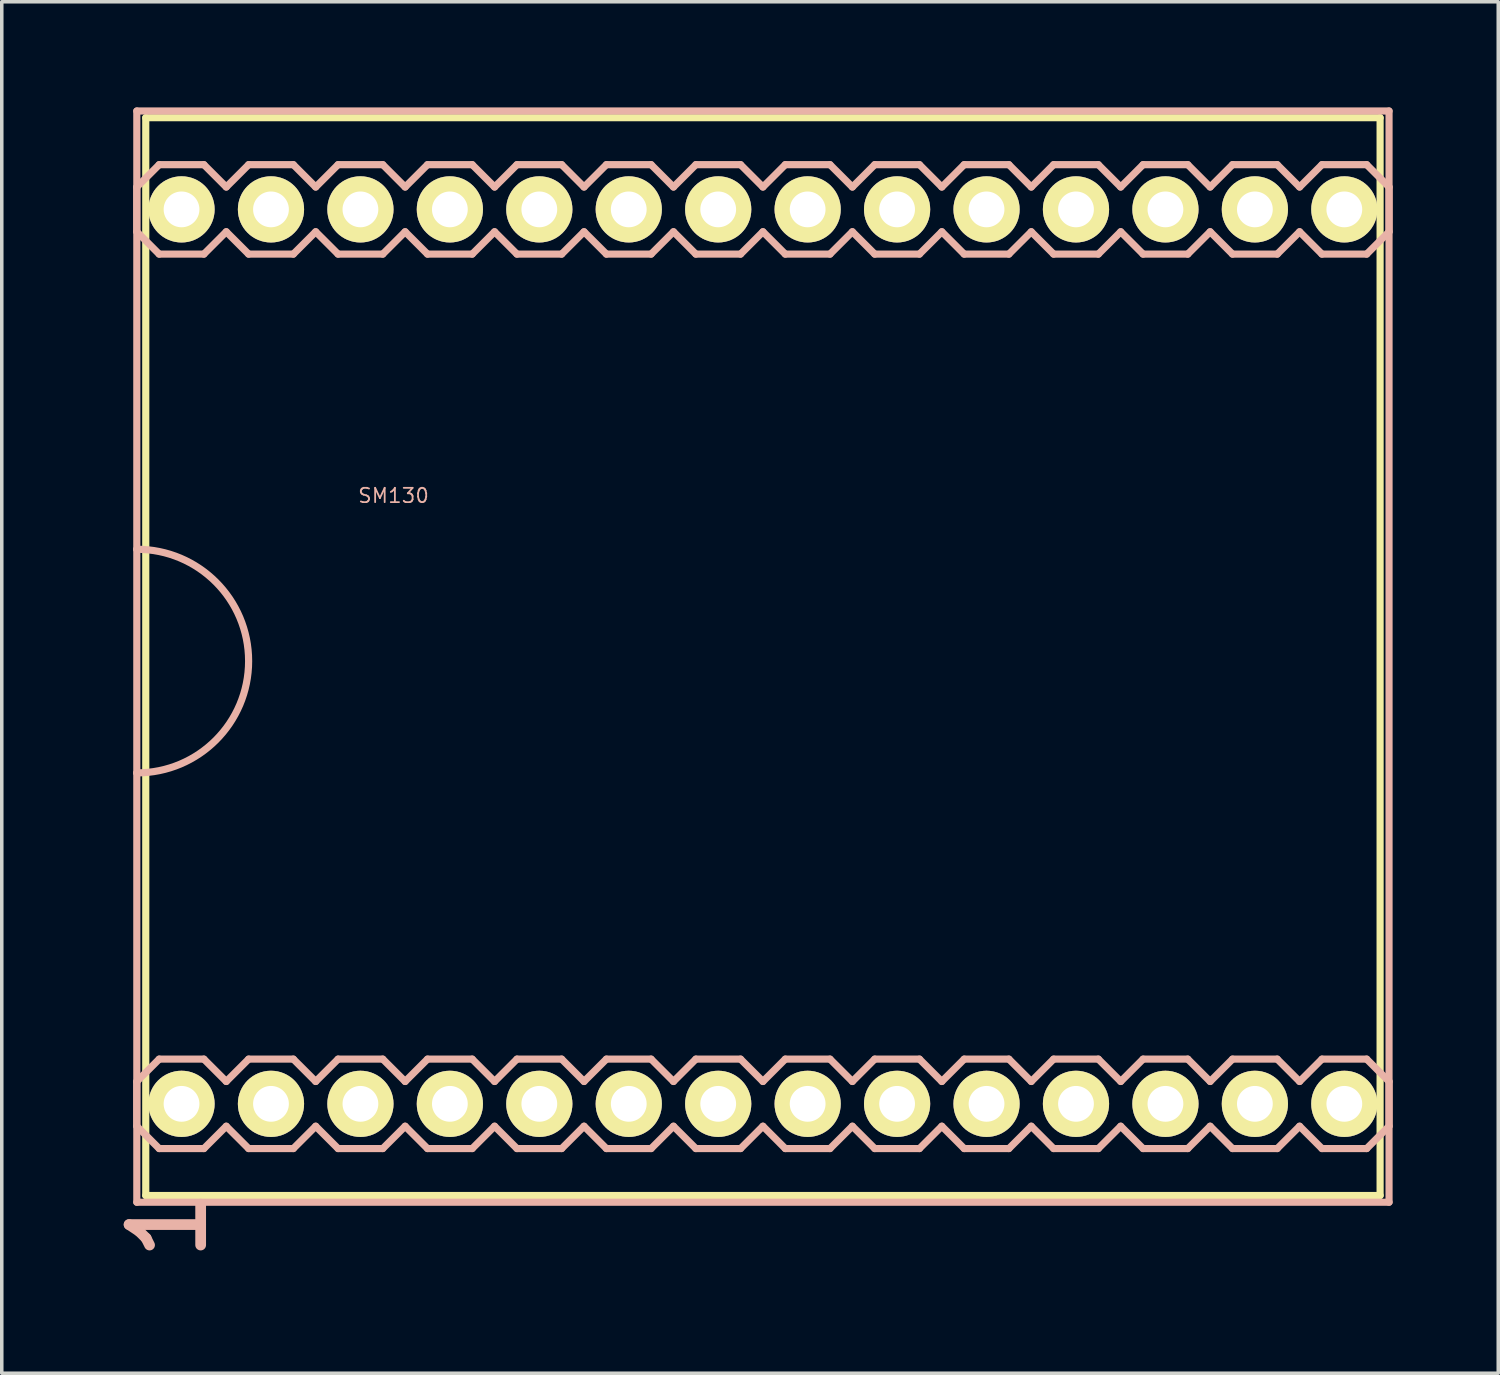
<source format=kicad_pcb>
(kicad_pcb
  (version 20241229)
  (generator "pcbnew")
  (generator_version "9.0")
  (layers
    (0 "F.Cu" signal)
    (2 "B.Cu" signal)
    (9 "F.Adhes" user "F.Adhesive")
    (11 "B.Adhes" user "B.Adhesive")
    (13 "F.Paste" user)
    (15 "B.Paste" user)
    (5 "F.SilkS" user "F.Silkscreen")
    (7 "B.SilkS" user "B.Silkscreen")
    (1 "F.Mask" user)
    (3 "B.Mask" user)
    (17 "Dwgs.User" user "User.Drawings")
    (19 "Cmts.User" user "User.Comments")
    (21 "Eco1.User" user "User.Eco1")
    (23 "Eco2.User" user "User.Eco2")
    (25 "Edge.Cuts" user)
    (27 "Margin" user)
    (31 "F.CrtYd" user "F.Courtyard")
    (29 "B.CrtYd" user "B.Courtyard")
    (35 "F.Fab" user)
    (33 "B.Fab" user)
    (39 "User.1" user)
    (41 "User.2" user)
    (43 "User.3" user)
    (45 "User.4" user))
  (footprint "SM130"
    (layer "F.Cu")
    (at 19.885 15.596)
    (property "Reference" "SM130" (at -11.76 -4.572 0) (layer "B.SilkS") (effects (font (size 0.406 0.406) (thickness 0.051))))
    (attr exclude_from_pos_files exclude_from_bom)
    (fp_line (start -18.796 -15.303) (end -18.796 15.303) (stroke (width 0.203) (type solid)) (layer "F.SilkS"))
    (fp_line (start -18.796 15.303) (end 16.256 15.303) (stroke (width 0.203) (type solid)) (layer "F.SilkS"))
    (fp_line (start -18.034 -12.954) (end -17.523 -12.954) (stroke (width 0.066) (type solid)) (layer "F.SilkS"))
    (fp_line (start -18.034 -12.446) (end -18.034 -12.954) (stroke (width 0.066) (type solid)) (layer "F.SilkS"))
    (fp_line (start -18.034 -12.446) (end -17.523 -12.446) (stroke (width 0.066) (type solid)) (layer "F.SilkS"))
    (fp_line (start -18.034 12.446) (end -17.523 12.446) (stroke (width 0.066) (type solid)) (layer "F.SilkS"))
    (fp_line (start -18.034 12.954) (end -18.034 12.446) (stroke (width 0.066) (type solid)) (layer "F.SilkS"))
    (fp_line (start -18.034 12.954) (end -17.523 12.954) (stroke (width 0.066) (type solid)) (layer "F.SilkS"))
    (fp_line (start -17.523 -12.446) (end -17.523 -12.954) (stroke (width 0.066) (type solid)) (layer "F.SilkS"))
    (fp_line (start -17.523 12.954) (end -17.523 12.446) (stroke (width 0.066) (type solid)) (layer "F.SilkS"))
    (fp_line (start -15.494 -12.954) (end -14.986 -12.954) (stroke (width 0.066) (type solid)) (layer "F.SilkS"))
    (fp_line (start -15.494 -12.446) (end -15.494 -12.954) (stroke (width 0.066) (type solid)) (layer "F.SilkS"))
    (fp_line (start -15.494 -12.446) (end -14.986 -12.446) (stroke (width 0.066) (type solid)) (layer "F.SilkS"))
    (fp_line (start -15.494 12.446) (end -14.986 12.446) (stroke (width 0.066) (type solid)) (layer "F.SilkS"))
    (fp_line (start -15.494 12.954) (end -15.494 12.446) (stroke (width 0.066) (type solid)) (layer "F.SilkS"))
    (fp_line (start -15.494 12.954) (end -14.986 12.954) (stroke (width 0.066) (type solid)) (layer "F.SilkS"))
    (fp_line (start -14.986 -12.446) (end -14.986 -12.954) (stroke (width 0.066) (type solid)) (layer "F.SilkS"))
    (fp_line (start -14.986 12.954) (end -14.986 12.446) (stroke (width 0.066) (type solid)) (layer "F.SilkS"))
    (fp_line (start -12.954 -12.954) (end -12.446 -12.954) (stroke (width 0.066) (type solid)) (layer "F.SilkS"))
    (fp_line (start -12.954 -12.446) (end -12.954 -12.954) (stroke (width 0.066) (type solid)) (layer "F.SilkS"))
    (fp_line (start -12.954 -12.446) (end -12.446 -12.446) (stroke (width 0.066) (type solid)) (layer "F.SilkS"))
    (fp_line (start -12.954 12.446) (end -12.446 12.446) (stroke (width 0.066) (type solid)) (layer "F.SilkS"))
    (fp_line (start -12.954 12.954) (end -12.954 12.446) (stroke (width 0.066) (type solid)) (layer "F.SilkS"))
    (fp_line (start -12.954 12.954) (end -12.446 12.954) (stroke (width 0.066) (type solid)) (layer "F.SilkS"))
    (fp_line (start -12.446 -12.446) (end -12.446 -12.954) (stroke (width 0.066) (type solid)) (layer "F.SilkS"))
    (fp_line (start -12.446 12.954) (end -12.446 12.446) (stroke (width 0.066) (type solid)) (layer "F.SilkS"))
    (fp_line (start -10.414 -12.954) (end -9.906 -12.954) (stroke (width 0.066) (type solid)) (layer "F.SilkS"))
    (fp_line (start -10.414 -12.446) (end -10.414 -12.954) (stroke (width 0.066) (type solid)) (layer "F.SilkS"))
    (fp_line (start -10.414 -12.446) (end -9.906 -12.446) (stroke (width 0.066) (type solid)) (layer "F.SilkS"))
    (fp_line (start -10.414 12.446) (end -9.906 12.446) (stroke (width 0.066) (type solid)) (layer "F.SilkS"))
    (fp_line (start -10.414 12.954) (end -10.414 12.446) (stroke (width 0.066) (type solid)) (layer "F.SilkS"))
    (fp_line (start -10.414 12.954) (end -9.906 12.954) (stroke (width 0.066) (type solid)) (layer "F.SilkS"))
    (fp_line (start -9.906 -12.446) (end -9.906 -12.954) (stroke (width 0.066) (type solid)) (layer "F.SilkS"))
    (fp_line (start -9.906 12.954) (end -9.906 12.446) (stroke (width 0.066) (type solid)) (layer "F.SilkS"))
    (fp_line (start -7.874 -12.954) (end -7.366 -12.954) (stroke (width 0.066) (type solid)) (layer "F.SilkS"))
    (fp_line (start -7.874 -12.446) (end -7.874 -12.954) (stroke (width 0.066) (type solid)) (layer "F.SilkS"))
    (fp_line (start -7.874 -12.446) (end -7.366 -12.446) (stroke (width 0.066) (type solid)) (layer "F.SilkS"))
    (fp_line (start -7.874 12.446) (end -7.366 12.446) (stroke (width 0.066) (type solid)) (layer "F.SilkS"))
    (fp_line (start -7.874 12.954) (end -7.874 12.446) (stroke (width 0.066) (type solid)) (layer "F.SilkS"))
    (fp_line (start -7.874 12.954) (end -7.366 12.954) (stroke (width 0.066) (type solid)) (layer "F.SilkS"))
    (fp_line (start -7.366 -12.446) (end -7.366 -12.954) (stroke (width 0.066) (type solid)) (layer "F.SilkS"))
    (fp_line (start -7.366 12.954) (end -7.366 12.446) (stroke (width 0.066) (type solid)) (layer "F.SilkS"))
    (fp_line (start -5.334 -12.954) (end -4.826 -12.954) (stroke (width 0.066) (type solid)) (layer "F.SilkS"))
    (fp_line (start -5.334 -12.446) (end -5.334 -12.954) (stroke (width 0.066) (type solid)) (layer "F.SilkS"))
    (fp_line (start -5.334 -12.446) (end -4.826 -12.446) (stroke (width 0.066) (type solid)) (layer "F.SilkS"))
    (fp_line (start -5.334 12.446) (end -4.826 12.446) (stroke (width 0.066) (type solid)) (layer "F.SilkS"))
    (fp_line (start -5.334 12.954) (end -5.334 12.446) (stroke (width 0.066) (type solid)) (layer "F.SilkS"))
    (fp_line (start -5.334 12.954) (end -4.826 12.954) (stroke (width 0.066) (type solid)) (layer "F.SilkS"))
    (fp_line (start -4.826 -12.446) (end -4.826 -12.954) (stroke (width 0.066) (type solid)) (layer "F.SilkS"))
    (fp_line (start -4.826 12.954) (end -4.826 12.446) (stroke (width 0.066) (type solid)) (layer "F.SilkS"))
    (fp_line (start -2.794 -12.954) (end -2.286 -12.954) (stroke (width 0.066) (type solid)) (layer "F.SilkS"))
    (fp_line (start -2.794 -12.446) (end -2.794 -12.954) (stroke (width 0.066) (type solid)) (layer "F.SilkS"))
    (fp_line (start -2.794 -12.446) (end -2.286 -12.446) (stroke (width 0.066) (type solid)) (layer "F.SilkS"))
    (fp_line (start -2.794 12.446) (end -2.286 12.446) (stroke (width 0.066) (type solid)) (layer "F.SilkS"))
    (fp_line (start -2.794 12.954) (end -2.794 12.446) (stroke (width 0.066) (type solid)) (layer "F.SilkS"))
    (fp_line (start -2.794 12.954) (end -2.286 12.954) (stroke (width 0.066) (type solid)) (layer "F.SilkS"))
    (fp_line (start -2.286 -12.446) (end -2.286 -12.954) (stroke (width 0.066) (type solid)) (layer "F.SilkS"))
    (fp_line (start -2.286 12.954) (end -2.286 12.446) (stroke (width 0.066) (type solid)) (layer "F.SilkS"))
    (fp_line (start -0.254 -12.954) (end 0.254 -12.954) (stroke (width 0.066) (type solid)) (layer "F.SilkS"))
    (fp_line (start -0.254 -12.446) (end -0.254 -12.954) (stroke (width 0.066) (type solid)) (layer "F.SilkS"))
    (fp_line (start -0.254 -12.446) (end 0.254 -12.446) (stroke (width 0.066) (type solid)) (layer "F.SilkS"))
    (fp_line (start -0.254 12.446) (end 0.254 12.446) (stroke (width 0.066) (type solid)) (layer "F.SilkS"))
    (fp_line (start -0.254 12.954) (end -0.254 12.446) (stroke (width 0.066) (type solid)) (layer "F.SilkS"))
    (fp_line (start -0.254 12.954) (end 0.254 12.954) (stroke (width 0.066) (type solid)) (layer "F.SilkS"))
    (fp_line (start 0.254 -12.446) (end 0.254 -12.954) (stroke (width 0.066) (type solid)) (layer "F.SilkS"))
    (fp_line (start 0.254 12.954) (end 0.254 12.446) (stroke (width 0.066) (type solid)) (layer "F.SilkS"))
    (fp_line (start 2.286 -12.954) (end 2.794 -12.954) (stroke (width 0.066) (type solid)) (layer "F.SilkS"))
    (fp_line (start 2.286 -12.446) (end 2.286 -12.954) (stroke (width 0.066) (type solid)) (layer "F.SilkS"))
    (fp_line (start 2.286 -12.446) (end 2.794 -12.446) (stroke (width 0.066) (type solid)) (layer "F.SilkS"))
    (fp_line (start 2.286 12.446) (end 2.794 12.446) (stroke (width 0.066) (type solid)) (layer "F.SilkS"))
    (fp_line (start 2.286 12.954) (end 2.286 12.446) (stroke (width 0.066) (type solid)) (layer "F.SilkS"))
    (fp_line (start 2.286 12.954) (end 2.794 12.954) (stroke (width 0.066) (type solid)) (layer "F.SilkS"))
    (fp_line (start 2.794 -12.446) (end 2.794 -12.954) (stroke (width 0.066) (type solid)) (layer "F.SilkS"))
    (fp_line (start 2.794 12.954) (end 2.794 12.446) (stroke (width 0.066) (type solid)) (layer "F.SilkS"))
    (fp_line (start 4.826 -12.954) (end 5.334 -12.954) (stroke (width 0.066) (type solid)) (layer "F.SilkS"))
    (fp_line (start 4.826 -12.446) (end 4.826 -12.954) (stroke (width 0.066) (type solid)) (layer "F.SilkS"))
    (fp_line (start 4.826 -12.446) (end 5.334 -12.446) (stroke (width 0.066) (type solid)) (layer "F.SilkS"))
    (fp_line (start 4.826 12.446) (end 5.334 12.446) (stroke (width 0.066) (type solid)) (layer "F.SilkS"))
    (fp_line (start 4.826 12.954) (end 4.826 12.446) (stroke (width 0.066) (type solid)) (layer "F.SilkS"))
    (fp_line (start 4.826 12.954) (end 5.334 12.954) (stroke (width 0.066) (type solid)) (layer "F.SilkS"))
    (fp_line (start 5.334 -12.446) (end 5.334 -12.954) (stroke (width 0.066) (type solid)) (layer "F.SilkS"))
    (fp_line (start 5.334 12.954) (end 5.334 12.446) (stroke (width 0.066) (type solid)) (layer "F.SilkS"))
    (fp_line (start 7.366 -12.954) (end 7.874 -12.954) (stroke (width 0.066) (type solid)) (layer "F.SilkS"))
    (fp_line (start 7.366 -12.446) (end 7.366 -12.954) (stroke (width 0.066) (type solid)) (layer "F.SilkS"))
    (fp_line (start 7.366 -12.446) (end 7.874 -12.446) (stroke (width 0.066) (type solid)) (layer "F.SilkS"))
    (fp_line (start 7.366 12.446) (end 7.874 12.446) (stroke (width 0.066) (type solid)) (layer "F.SilkS"))
    (fp_line (start 7.366 12.954) (end 7.366 12.446) (stroke (width 0.066) (type solid)) (layer "F.SilkS"))
    (fp_line (start 7.366 12.954) (end 7.874 12.954) (stroke (width 0.066) (type solid)) (layer "F.SilkS"))
    (fp_line (start 7.874 -12.446) (end 7.874 -12.954) (stroke (width 0.066) (type solid)) (layer "F.SilkS"))
    (fp_line (start 7.874 12.954) (end 7.874 12.446) (stroke (width 0.066) (type solid)) (layer "F.SilkS"))
    (fp_line (start 9.906 -12.954) (end 10.414 -12.954) (stroke (width 0.066) (type solid)) (layer "F.SilkS"))
    (fp_line (start 9.906 -12.446) (end 9.906 -12.954) (stroke (width 0.066) (type solid)) (layer "F.SilkS"))
    (fp_line (start 9.906 -12.446) (end 10.414 -12.446) (stroke (width 0.066) (type solid)) (layer "F.SilkS"))
    (fp_line (start 9.906 12.446) (end 10.414 12.446) (stroke (width 0.066) (type solid)) (layer "F.SilkS"))
    (fp_line (start 9.906 12.954) (end 9.906 12.446) (stroke (width 0.066) (type solid)) (layer "F.SilkS"))
    (fp_line (start 9.906 12.954) (end 10.414 12.954) (stroke (width 0.066) (type solid)) (layer "F.SilkS"))
    (fp_line (start 10.414 -12.446) (end 10.414 -12.954) (stroke (width 0.066) (type solid)) (layer "F.SilkS"))
    (fp_line (start 10.414 12.954) (end 10.414 12.446) (stroke (width 0.066) (type solid)) (layer "F.SilkS"))
    (fp_line (start 12.446 -12.954) (end 12.954 -12.954) (stroke (width 0.066) (type solid)) (layer "F.SilkS"))
    (fp_line (start 12.446 -12.446) (end 12.446 -12.954) (stroke (width 0.066) (type solid)) (layer "F.SilkS"))
    (fp_line (start 12.446 -12.446) (end 12.954 -12.446) (stroke (width 0.066) (type solid)) (layer "F.SilkS"))
    (fp_line (start 12.446 12.446) (end 12.954 12.446) (stroke (width 0.066) (type solid)) (layer "F.SilkS"))
    (fp_line (start 12.446 12.954) (end 12.446 12.446) (stroke (width 0.066) (type solid)) (layer "F.SilkS"))
    (fp_line (start 12.446 12.954) (end 12.954 12.954) (stroke (width 0.066) (type solid)) (layer "F.SilkS"))
    (fp_line (start 12.954 -12.446) (end 12.954 -12.954) (stroke (width 0.066) (type solid)) (layer "F.SilkS"))
    (fp_line (start 12.954 12.954) (end 12.954 12.446) (stroke (width 0.066) (type solid)) (layer "F.SilkS"))
    (fp_line (start 14.986 -12.954) (end 15.494 -12.954) (stroke (width 0.066) (type solid)) (layer "F.SilkS"))
    (fp_line (start 14.986 -12.446) (end 14.986 -12.954) (stroke (width 0.066) (type solid)) (layer "F.SilkS"))
    (fp_line (start 14.986 -12.446) (end 15.494 -12.446) (stroke (width 0.066) (type solid)) (layer "F.SilkS"))
    (fp_line (start 14.986 12.446) (end 15.494 12.446) (stroke (width 0.066) (type solid)) (layer "F.SilkS"))
    (fp_line (start 14.986 12.954) (end 14.986 12.446) (stroke (width 0.066) (type solid)) (layer "F.SilkS"))
    (fp_line (start 14.986 12.954) (end 15.494 12.954) (stroke (width 0.066) (type solid)) (layer "F.SilkS"))
    (fp_line (start 15.494 -12.446) (end 15.494 -12.954) (stroke (width 0.066) (type solid)) (layer "F.SilkS"))
    (fp_line (start 15.494 12.954) (end 15.494 12.446) (stroke (width 0.066) (type solid)) (layer "F.SilkS"))
    (fp_line (start 16.256 -15.303) (end -18.796 -15.303) (stroke (width 0.203) (type solid)) (layer "F.SilkS"))
    (fp_line (start 16.256 15.303) (end 16.256 -15.303) (stroke (width 0.203) (type solid)) (layer "F.SilkS"))
    (fp_line (start -19.05 -15.494) (end 16.51 -15.494) (stroke (width 0.203) (type solid)) (layer "B.SilkS"))
    (fp_line (start -19.05 -13.335) (end -18.415 -13.97) (stroke (width 0.203) (type solid)) (layer "B.SilkS"))
    (fp_line (start -19.05 -12.065) (end -19.05 -13.335) (stroke (width 0.203) (type solid)) (layer "B.SilkS"))
    (fp_line (start -19.05 -3.048) (end -19.05 -15.494) (stroke (width 0.203) (type solid)) (layer "B.SilkS"))
    (fp_line (start -19.05 3.302) (end -19.05 -3.048) (stroke (width 0.203) (type solid)) (layer "B.SilkS"))
    (fp_line (start -19.05 12.065) (end -19.05 13.335) (stroke (width 0.203) (type solid)) (layer "B.SilkS"))
    (fp_line (start -19.05 13.335) (end -18.415 13.97) (stroke (width 0.203) (type solid)) (layer "B.SilkS"))
    (fp_line (start -19.05 15.494) (end -19.05 3.302) (stroke (width 0.203) (type solid)) (layer "B.SilkS"))
    (fp_line (start -18.415 -13.97) (end -17.145 -13.97) (stroke (width 0.203) (type solid)) (layer "B.SilkS"))
    (fp_line (start -18.415 -11.43) (end -19.05 -12.065) (stroke (width 0.203) (type solid)) (layer "B.SilkS"))
    (fp_line (start -18.415 11.43) (end -19.05 12.065) (stroke (width 0.203) (type solid)) (layer "B.SilkS"))
    (fp_line (start -18.415 11.43) (end -17.145 11.43) (stroke (width 0.203) (type solid)) (layer "B.SilkS"))
    (fp_line (start -17.145 -11.43) (end -18.415 -11.43) (stroke (width 0.203) (type solid)) (layer "B.SilkS"))
    (fp_line (start -17.145 -11.43) (end -16.51 -12.065) (stroke (width 0.203) (type solid)) (layer "B.SilkS"))
    (fp_line (start -17.145 11.43) (end -16.51 12.065) (stroke (width 0.203) (type solid)) (layer "B.SilkS"))
    (fp_line (start -17.145 13.97) (end -18.415 13.97) (stroke (width 0.203) (type solid)) (layer "B.SilkS"))
    (fp_line (start -16.51 -13.335) (end -17.145 -13.97) (stroke (width 0.203) (type solid)) (layer "B.SilkS"))
    (fp_line (start -16.51 -13.335) (end -15.875 -13.97) (stroke (width 0.203) (type solid)) (layer "B.SilkS"))
    (fp_line (start -16.51 12.065) (end -15.875 11.43) (stroke (width 0.203) (type solid)) (layer "B.SilkS"))
    (fp_line (start -16.51 13.335) (end -17.145 13.97) (stroke (width 0.203) (type solid)) (layer "B.SilkS"))
    (fp_line (start -15.875 -13.97) (end -14.605 -13.97) (stroke (width 0.203) (type solid)) (layer "B.SilkS"))
    (fp_line (start -15.875 -11.43) (end -16.51 -12.065) (stroke (width 0.203) (type solid)) (layer "B.SilkS"))
    (fp_line (start -15.875 11.43) (end -14.605 11.43) (stroke (width 0.203) (type solid)) (layer "B.SilkS"))
    (fp_line (start -15.875 13.97) (end -16.51 13.335) (stroke (width 0.203) (type solid)) (layer "B.SilkS"))
    (fp_line (start -14.605 -11.43) (end -15.875 -11.43) (stroke (width 0.203) (type solid)) (layer "B.SilkS"))
    (fp_line (start -14.605 -11.43) (end -13.97 -12.065) (stroke (width 0.203) (type solid)) (layer "B.SilkS"))
    (fp_line (start -14.605 11.43) (end -13.97 12.065) (stroke (width 0.203) (type solid)) (layer "B.SilkS"))
    (fp_line (start -14.605 13.97) (end -15.875 13.97) (stroke (width 0.203) (type solid)) (layer "B.SilkS"))
    (fp_line (start -13.97 -13.335) (end -14.605 -13.97) (stroke (width 0.203) (type solid)) (layer "B.SilkS"))
    (fp_line (start -13.97 -13.335) (end -13.335 -13.97) (stroke (width 0.203) (type solid)) (layer "B.SilkS"))
    (fp_line (start -13.97 12.065) (end -13.335 11.43) (stroke (width 0.203) (type solid)) (layer "B.SilkS"))
    (fp_line (start -13.97 13.335) (end -14.605 13.97) (stroke (width 0.203) (type solid)) (layer "B.SilkS"))
    (fp_line (start -13.335 -13.97) (end -12.065 -13.97) (stroke (width 0.203) (type solid)) (layer "B.SilkS"))
    (fp_line (start -13.335 -11.43) (end -13.97 -12.065) (stroke (width 0.203) (type solid)) (layer "B.SilkS"))
    (fp_line (start -13.335 11.43) (end -12.065 11.43) (stroke (width 0.203) (type solid)) (layer "B.SilkS"))
    (fp_line (start -13.335 13.97) (end -13.97 13.335) (stroke (width 0.203) (type solid)) (layer "B.SilkS"))
    (fp_line (start -12.065 -13.97) (end -11.43 -13.335) (stroke (width 0.203) (type solid)) (layer "B.SilkS"))
    (fp_line (start -12.065 -11.43) (end -13.335 -11.43) (stroke (width 0.203) (type solid)) (layer "B.SilkS"))
    (fp_line (start -12.065 11.43) (end -11.43 12.065) (stroke (width 0.203) (type solid)) (layer "B.SilkS"))
    (fp_line (start -12.065 13.97) (end -13.335 13.97) (stroke (width 0.203) (type solid)) (layer "B.SilkS"))
    (fp_line (start -11.43 -13.335) (end -10.795 -13.97) (stroke (width 0.203) (type solid)) (layer "B.SilkS"))
    (fp_line (start -11.43 -12.065) (end -12.065 -11.43) (stroke (width 0.203) (type solid)) (layer "B.SilkS"))
    (fp_line (start -11.43 13.335) (end -12.065 13.97) (stroke (width 0.203) (type solid)) (layer "B.SilkS"))
    (fp_line (start -11.43 13.335) (end -10.795 13.97) (stroke (width 0.203) (type solid)) (layer "B.SilkS"))
    (fp_line (start -10.795 -13.97) (end -9.525 -13.97) (stroke (width 0.203) (type solid)) (layer "B.SilkS"))
    (fp_line (start -10.795 -11.43) (end -11.43 -12.065) (stroke (width 0.203) (type solid)) (layer "B.SilkS"))
    (fp_line (start -10.795 11.43) (end -11.43 12.065) (stroke (width 0.203) (type solid)) (layer "B.SilkS"))
    (fp_line (start -10.795 11.43) (end -9.525 11.43) (stroke (width 0.203) (type solid)) (layer "B.SilkS"))
    (fp_line (start -9.525 -13.97) (end -8.89 -13.335) (stroke (width 0.203) (type solid)) (layer "B.SilkS"))
    (fp_line (start -9.525 -11.43) (end -10.795 -11.43) (stroke (width 0.203) (type solid)) (layer "B.SilkS"))
    (fp_line (start -9.525 11.43) (end -8.89 12.065) (stroke (width 0.203) (type solid)) (layer "B.SilkS"))
    (fp_line (start -9.525 13.97) (end -10.795 13.97) (stroke (width 0.203) (type solid)) (layer "B.SilkS"))
    (fp_line (start -8.89 -13.335) (end -8.255 -13.97) (stroke (width 0.203) (type solid)) (layer "B.SilkS"))
    (fp_line (start -8.89 -12.065) (end -9.525 -11.43) (stroke (width 0.203) (type solid)) (layer "B.SilkS"))
    (fp_line (start -8.89 12.065) (end -8.255 11.43) (stroke (width 0.203) (type solid)) (layer "B.SilkS"))
    (fp_line (start -8.89 13.335) (end -9.525 13.97) (stroke (width 0.203) (type solid)) (layer "B.SilkS"))
    (fp_line (start -8.255 -13.97) (end -6.985 -13.97) (stroke (width 0.203) (type solid)) (layer "B.SilkS"))
    (fp_line (start -8.255 -11.43) (end -8.89 -12.065) (stroke (width 0.203) (type solid)) (layer "B.SilkS"))
    (fp_line (start -8.255 11.43) (end -6.985 11.43) (stroke (width 0.203) (type solid)) (layer "B.SilkS"))
    (fp_line (start -8.255 13.97) (end -8.89 13.335) (stroke (width 0.203) (type solid)) (layer "B.SilkS"))
    (fp_line (start -6.985 -11.43) (end -8.255 -11.43) (stroke (width 0.203) (type solid)) (layer "B.SilkS"))
    (fp_line (start -6.985 -11.43) (end -6.35 -12.065) (stroke (width 0.203) (type solid)) (layer "B.SilkS"))
    (fp_line (start -6.985 11.43) (end -6.35 12.065) (stroke (width 0.203) (type solid)) (layer "B.SilkS"))
    (fp_line (start -6.985 13.97) (end -8.255 13.97) (stroke (width 0.203) (type solid)) (layer "B.SilkS"))
    (fp_line (start -6.35 -13.335) (end -6.985 -13.97) (stroke (width 0.203) (type solid)) (layer "B.SilkS"))
    (fp_line (start -6.35 -13.335) (end -5.715 -13.97) (stroke (width 0.203) (type solid)) (layer "B.SilkS"))
    (fp_line (start -6.35 12.065) (end -5.715 11.43) (stroke (width 0.203) (type solid)) (layer "B.SilkS"))
    (fp_line (start -6.35 13.335) (end -6.985 13.97) (stroke (width 0.203) (type solid)) (layer "B.SilkS"))
    (fp_line (start -5.715 -13.97) (end -4.445 -13.97) (stroke (width 0.203) (type solid)) (layer "B.SilkS"))
    (fp_line (start -5.715 -11.43) (end -6.35 -12.065) (stroke (width 0.203) (type solid)) (layer "B.SilkS"))
    (fp_line (start -5.715 11.43) (end -4.445 11.43) (stroke (width 0.203) (type solid)) (layer "B.SilkS"))
    (fp_line (start -5.715 13.97) (end -6.35 13.335) (stroke (width 0.203) (type solid)) (layer "B.SilkS"))
    (fp_line (start -4.445 -13.97) (end -3.81 -13.335) (stroke (width 0.203) (type solid)) (layer "B.SilkS"))
    (fp_line (start -4.445 -11.43) (end -5.715 -11.43) (stroke (width 0.203) (type solid)) (layer "B.SilkS"))
    (fp_line (start -4.445 11.43) (end -3.81 12.065) (stroke (width 0.203) (type solid)) (layer "B.SilkS"))
    (fp_line (start -4.445 13.97) (end -5.715 13.97) (stroke (width 0.203) (type solid)) (layer "B.SilkS"))
    (fp_line (start -3.81 -13.335) (end -3.175 -13.97) (stroke (width 0.203) (type solid)) (layer "B.SilkS"))
    (fp_line (start -3.81 -12.065) (end -4.445 -11.43) (stroke (width 0.203) (type solid)) (layer "B.SilkS"))
    (fp_line (start -3.81 13.335) (end -4.445 13.97) (stroke (width 0.203) (type solid)) (layer "B.SilkS"))
    (fp_line (start -3.81 13.335) (end -3.175 13.97) (stroke (width 0.203) (type solid)) (layer "B.SilkS"))
    (fp_line (start -3.175 -13.97) (end -1.905 -13.97) (stroke (width 0.203) (type solid)) (layer "B.SilkS"))
    (fp_line (start -3.175 -11.43) (end -3.81 -12.065) (stroke (width 0.203) (type solid)) (layer "B.SilkS"))
    (fp_line (start -3.175 11.43) (end -3.81 12.065) (stroke (width 0.203) (type solid)) (layer "B.SilkS"))
    (fp_line (start -3.175 11.43) (end -1.905 11.43) (stroke (width 0.203) (type solid)) (layer "B.SilkS"))
    (fp_line (start -1.905 -13.97) (end -1.27 -13.335) (stroke (width 0.203) (type solid)) (layer "B.SilkS"))
    (fp_line (start -1.905 -11.43) (end -3.175 -11.43) (stroke (width 0.203) (type solid)) (layer "B.SilkS"))
    (fp_line (start -1.905 11.43) (end -1.27 12.065) (stroke (width 0.203) (type solid)) (layer "B.SilkS"))
    (fp_line (start -1.905 13.97) (end -3.175 13.97) (stroke (width 0.203) (type solid)) (layer "B.SilkS"))
    (fp_line (start -1.27 -13.335) (end -0.635 -13.97) (stroke (width 0.203) (type solid)) (layer "B.SilkS"))
    (fp_line (start -1.27 -12.065) (end -1.905 -11.43) (stroke (width 0.203) (type solid)) (layer "B.SilkS"))
    (fp_line (start -1.27 13.335) (end -1.905 13.97) (stroke (width 0.203) (type solid)) (layer "B.SilkS"))
    (fp_line (start -1.27 13.335) (end -0.635 13.97) (stroke (width 0.203) (type solid)) (layer "B.SilkS"))
    (fp_line (start -0.635 -13.97) (end 0.635 -13.97) (stroke (width 0.203) (type solid)) (layer "B.SilkS"))
    (fp_line (start -0.635 -11.43) (end -1.27 -12.065) (stroke (width 0.203) (type solid)) (layer "B.SilkS"))
    (fp_line (start -0.635 11.43) (end -1.27 12.065) (stroke (width 0.203) (type solid)) (layer "B.SilkS"))
    (fp_line (start -0.635 11.43) (end 0.635 11.43) (stroke (width 0.203) (type solid)) (layer "B.SilkS"))
    (fp_line (start 0.635 -11.43) (end -0.635 -11.43) (stroke (width 0.203) (type solid)) (layer "B.SilkS"))
    (fp_line (start 0.635 -11.43) (end 1.27 -12.065) (stroke (width 0.203) (type solid)) (layer "B.SilkS"))
    (fp_line (start 0.635 11.43) (end 1.27 12.065) (stroke (width 0.203) (type solid)) (layer "B.SilkS"))
    (fp_line (start 0.635 13.97) (end -0.635 13.97) (stroke (width 0.203) (type solid)) (layer "B.SilkS"))
    (fp_line (start 1.27 -13.335) (end 0.635 -13.97) (stroke (width 0.203) (type solid)) (layer "B.SilkS"))
    (fp_line (start 1.27 -13.335) (end 1.905 -13.97) (stroke (width 0.203) (type solid)) (layer "B.SilkS"))
    (fp_line (start 1.27 12.065) (end 1.905 11.43) (stroke (width 0.203) (type solid)) (layer "B.SilkS"))
    (fp_line (start 1.27 13.335) (end 0.635 13.97) (stroke (width 0.203) (type solid)) (layer "B.SilkS"))
    (fp_line (start 1.905 -13.97) (end 3.175 -13.97) (stroke (width 0.203) (type solid)) (layer "B.SilkS"))
    (fp_line (start 1.905 -11.43) (end 1.27 -12.065) (stroke (width 0.203) (type solid)) (layer "B.SilkS"))
    (fp_line (start 1.905 11.43) (end 3.175 11.43) (stroke (width 0.203) (type solid)) (layer "B.SilkS"))
    (fp_line (start 1.905 13.97) (end 1.27 13.335) (stroke (width 0.203) (type solid)) (layer "B.SilkS"))
    (fp_line (start 3.175 -11.43) (end 1.905 -11.43) (stroke (width 0.203) (type solid)) (layer "B.SilkS"))
    (fp_line (start 3.175 -11.43) (end 3.81 -12.065) (stroke (width 0.203) (type solid)) (layer "B.SilkS"))
    (fp_line (start 3.175 11.43) (end 3.81 12.065) (stroke (width 0.203) (type solid)) (layer "B.SilkS"))
    (fp_line (start 3.175 13.97) (end 1.905 13.97) (stroke (width 0.203) (type solid)) (layer "B.SilkS"))
    (fp_line (start 3.81 -13.335) (end 3.175 -13.97) (stroke (width 0.203) (type solid)) (layer "B.SilkS"))
    (fp_line (start 3.81 -13.335) (end 4.445 -13.97) (stroke (width 0.203) (type solid)) (layer "B.SilkS"))
    (fp_line (start 3.81 12.065) (end 4.445 11.43) (stroke (width 0.203) (type solid)) (layer "B.SilkS"))
    (fp_line (start 3.81 13.335) (end 3.175 13.97) (stroke (width 0.203) (type solid)) (layer "B.SilkS"))
    (fp_line (start 4.445 -13.97) (end 5.715 -13.97) (stroke (width 0.203) (type solid)) (layer "B.SilkS"))
    (fp_line (start 4.445 -11.43) (end 3.81 -12.065) (stroke (width 0.203) (type solid)) (layer "B.SilkS"))
    (fp_line (start 4.445 11.43) (end 5.715 11.43) (stroke (width 0.203) (type solid)) (layer "B.SilkS"))
    (fp_line (start 4.445 13.97) (end 3.81 13.335) (stroke (width 0.203) (type solid)) (layer "B.SilkS"))
    (fp_line (start 5.715 -13.97) (end 6.35 -13.335) (stroke (width 0.203) (type solid)) (layer "B.SilkS"))
    (fp_line (start 5.715 -11.43) (end 4.445 -11.43) (stroke (width 0.203) (type solid)) (layer "B.SilkS"))
    (fp_line (start 5.715 11.43) (end 6.35 12.065) (stroke (width 0.203) (type solid)) (layer "B.SilkS"))
    (fp_line (start 5.715 13.97) (end 4.445 13.97) (stroke (width 0.203) (type solid)) (layer "B.SilkS"))
    (fp_line (start 6.35 -13.335) (end 6.985 -13.97) (stroke (width 0.203) (type solid)) (layer "B.SilkS"))
    (fp_line (start 6.35 -12.065) (end 5.715 -11.43) (stroke (width 0.203) (type solid)) (layer "B.SilkS"))
    (fp_line (start 6.35 13.335) (end 5.715 13.97) (stroke (width 0.203) (type solid)) (layer "B.SilkS"))
    (fp_line (start 6.35 13.335) (end 6.985 13.97) (stroke (width 0.203) (type solid)) (layer "B.SilkS"))
    (fp_line (start 6.985 -13.97) (end 8.255 -13.97) (stroke (width 0.203) (type solid)) (layer "B.SilkS"))
    (fp_line (start 6.985 -11.43) (end 6.35 -12.065) (stroke (width 0.203) (type solid)) (layer "B.SilkS"))
    (fp_line (start 6.985 11.43) (end 6.35 12.065) (stroke (width 0.203) (type solid)) (layer "B.SilkS"))
    (fp_line (start 6.985 11.43) (end 8.255 11.43) (stroke (width 0.203) (type solid)) (layer "B.SilkS"))
    (fp_line (start 8.255 -13.97) (end 8.89 -13.335) (stroke (width 0.203) (type solid)) (layer "B.SilkS"))
    (fp_line (start 8.255 -11.43) (end 6.985 -11.43) (stroke (width 0.203) (type solid)) (layer "B.SilkS"))
    (fp_line (start 8.255 11.43) (end 8.89 12.065) (stroke (width 0.203) (type solid)) (layer "B.SilkS"))
    (fp_line (start 8.255 13.97) (end 6.985 13.97) (stroke (width 0.203) (type solid)) (layer "B.SilkS"))
    (fp_line (start 8.89 -13.335) (end 9.525 -13.97) (stroke (width 0.203) (type solid)) (layer "B.SilkS"))
    (fp_line (start 8.89 -12.065) (end 8.255 -11.43) (stroke (width 0.203) (type solid)) (layer "B.SilkS"))
    (fp_line (start 8.89 12.065) (end 9.525 11.43) (stroke (width 0.203) (type solid)) (layer "B.SilkS"))
    (fp_line (start 8.89 13.335) (end 8.255 13.97) (stroke (width 0.203) (type solid)) (layer "B.SilkS"))
    (fp_line (start 9.525 -13.97) (end 10.795 -13.97) (stroke (width 0.203) (type solid)) (layer "B.SilkS"))
    (fp_line (start 9.525 -11.43) (end 8.89 -12.065) (stroke (width 0.203) (type solid)) (layer "B.SilkS"))
    (fp_line (start 9.525 11.43) (end 10.795 11.43) (stroke (width 0.203) (type solid)) (layer "B.SilkS"))
    (fp_line (start 9.525 13.97) (end 8.89 13.335) (stroke (width 0.203) (type solid)) (layer "B.SilkS"))
    (fp_line (start 10.795 -11.43) (end 9.525 -11.43) (stroke (width 0.203) (type solid)) (layer "B.SilkS"))
    (fp_line (start 10.795 -11.43) (end 11.43 -12.065) (stroke (width 0.203) (type solid)) (layer "B.SilkS"))
    (fp_line (start 10.795 11.43) (end 11.43 12.065) (stroke (width 0.203) (type solid)) (layer "B.SilkS"))
    (fp_line (start 10.795 13.97) (end 9.525 13.97) (stroke (width 0.203) (type solid)) (layer "B.SilkS"))
    (fp_line (start 11.43 -13.335) (end 10.795 -13.97) (stroke (width 0.203) (type solid)) (layer "B.SilkS"))
    (fp_line (start 11.43 -13.335) (end 12.065 -13.97) (stroke (width 0.203) (type solid)) (layer "B.SilkS"))
    (fp_line (start 11.43 12.065) (end 12.065 11.43) (stroke (width 0.203) (type solid)) (layer "B.SilkS"))
    (fp_line (start 11.43 13.335) (end 10.795 13.97) (stroke (width 0.203) (type solid)) (layer "B.SilkS"))
    (fp_line (start 12.065 -13.97) (end 13.335 -13.97) (stroke (width 0.203) (type solid)) (layer "B.SilkS"))
    (fp_line (start 12.065 -11.43) (end 11.43 -12.065) (stroke (width 0.203) (type solid)) (layer "B.SilkS"))
    (fp_line (start 12.065 11.43) (end 13.335 11.43) (stroke (width 0.203) (type solid)) (layer "B.SilkS"))
    (fp_line (start 12.065 13.97) (end 11.43 13.335) (stroke (width 0.203) (type solid)) (layer "B.SilkS"))
    (fp_line (start 13.335 -13.97) (end 13.97 -13.335) (stroke (width 0.203) (type solid)) (layer "B.SilkS"))
    (fp_line (start 13.335 -11.43) (end 12.065 -11.43) (stroke (width 0.203) (type solid)) (layer "B.SilkS"))
    (fp_line (start 13.335 11.43) (end 13.97 12.065) (stroke (width 0.203) (type solid)) (layer "B.SilkS"))
    (fp_line (start 13.335 13.97) (end 12.065 13.97) (stroke (width 0.203) (type solid)) (layer "B.SilkS"))
    (fp_line (start 13.97 -13.335) (end 14.605 -13.97) (stroke (width 0.203) (type solid)) (layer "B.SilkS"))
    (fp_line (start 13.97 -12.065) (end 13.335 -11.43) (stroke (width 0.203) (type solid)) (layer "B.SilkS"))
    (fp_line (start 13.97 13.335) (end 13.335 13.97) (stroke (width 0.203) (type solid)) (layer "B.SilkS"))
    (fp_line (start 13.97 13.335) (end 14.605 13.97) (stroke (width 0.203) (type solid)) (layer "B.SilkS"))
    (fp_line (start 14.605 -13.97) (end 15.875 -13.97) (stroke (width 0.203) (type solid)) (layer "B.SilkS"))
    (fp_line (start 14.605 -11.43) (end 13.97 -12.065) (stroke (width 0.203) (type solid)) (layer "B.SilkS"))
    (fp_line (start 14.605 11.43) (end 13.97 12.065) (stroke (width 0.203) (type solid)) (layer "B.SilkS"))
    (fp_line (start 14.605 11.43) (end 15.875 11.43) (stroke (width 0.203) (type solid)) (layer "B.SilkS"))
    (fp_line (start 15.875 -13.97) (end 16.51 -13.335) (stroke (width 0.203) (type solid)) (layer "B.SilkS"))
    (fp_line (start 15.875 -11.43) (end 14.605 -11.43) (stroke (width 0.203) (type solid)) (layer "B.SilkS"))
    (fp_line (start 15.875 11.43) (end 16.51 12.065) (stroke (width 0.203) (type solid)) (layer "B.SilkS"))
    (fp_line (start 15.875 13.97) (end 14.605 13.97) (stroke (width 0.203) (type solid)) (layer "B.SilkS"))
    (fp_line (start 16.51 -15.494) (end 16.51 15.494) (stroke (width 0.203) (type solid)) (layer "B.SilkS"))
    (fp_line (start 16.51 -12.065) (end 15.875 -11.43) (stroke (width 0.203) (type solid)) (layer "B.SilkS"))
    (fp_line (start 16.51 -12.065) (end 16.51 -13.335) (stroke (width 0.203) (type solid)) (layer "B.SilkS"))
    (fp_line (start 16.51 13.335) (end 15.875 13.97) (stroke (width 0.203) (type solid)) (layer "B.SilkS"))
    (fp_line (start 16.51 13.335) (end 16.51 12.065) (stroke (width 0.203) (type solid)) (layer "B.SilkS"))
    (fp_line (start 16.51 15.494) (end -19.05 15.494) (stroke (width 0.203) (type solid)) (layer "B.SilkS"))
    (fp_arc (start -19.05 -3.048) (mid -15.875 0.127) (end -19.05 3.302) (stroke (width 0.2032) (type solid)) (layer "B.SilkS"))
    (fp_text user "1" (at -18.161 16.129 90) (layer "B.SilkS") (effects (font (size 2.032 2.032) (thickness 0.305))))
    (pad "1" thru_hole circle (at -17.78 12.7) (size 1.88 1.88) (drill 1.016) (layers "*.Cu" "F.Mask" "F.SilkS" "F.Paste"))
    (pad "2" thru_hole circle (at -15.24 12.7) (size 1.88 1.88) (drill 1.016) (layers "*.Cu" "F.Mask" "F.SilkS" "F.Paste"))
    (pad "3" thru_hole circle (at -12.7 12.7) (size 1.88 1.88) (drill 1.016) (layers "*.Cu" "F.Mask" "F.SilkS" "F.Paste"))
    (pad "4" thru_hole circle (at -10.16 12.7) (size 1.88 1.88) (drill 1.016) (layers "*.Cu" "F.Mask" "F.SilkS" "F.Paste"))
    (pad "5" thru_hole circle (at -7.62 12.7) (size 1.88 1.88) (drill 1.016) (layers "*.Cu" "F.Mask" "F.SilkS" "F.Paste"))
    (pad "6" thru_hole circle (at -5.08 12.7) (size 1.88 1.88) (drill 1.016) (layers "*.Cu" "F.Mask" "F.SilkS" "F.Paste"))
    (pad "7" thru_hole circle (at -2.54 12.7) (size 1.88 1.88) (drill 1.016) (layers "*.Cu" "F.Mask" "F.SilkS" "F.Paste"))
    (pad "8" thru_hole circle (at 0 12.7) (size 1.88 1.88) (drill 1.016) (layers "*.Cu" "F.Mask" "F.SilkS" "F.Paste"))
    (pad "9" thru_hole circle (at 2.54 12.7) (size 1.88 1.88) (drill 1.016) (layers "*.Cu" "F.Mask" "F.SilkS" "F.Paste"))
    (pad "10" thru_hole circle (at 5.08 12.7) (size 1.88 1.88) (drill 1.016) (layers "*.Cu" "F.Mask" "F.SilkS" "F.Paste"))
    (pad "11" thru_hole circle (at 7.62 12.7) (size 1.88 1.88) (drill 1.016) (layers "*.Cu" "F.Mask" "F.SilkS" "F.Paste"))
    (pad "12" thru_hole circle (at 10.16 12.7) (size 1.88 1.88) (drill 1.016) (layers "*.Cu" "F.Mask" "F.SilkS" "F.Paste"))
    (pad "13" thru_hole circle (at 12.7 12.7) (size 1.88 1.88) (drill 1.016) (layers "*.Cu" "F.Mask" "F.SilkS" "F.Paste"))
    (pad "14" thru_hole circle (at 15.24 12.7) (size 1.88 1.88) (drill 1.016) (layers "*.Cu" "F.Mask" "F.SilkS" "F.Paste"))
    (pad "15" thru_hole circle (at 15.24 -12.7) (size 1.88 1.88) (drill 1.016) (layers "*.Cu" "F.Mask" "F.SilkS" "F.Paste"))
    (pad "16" thru_hole circle (at 12.7 -12.7) (size 1.88 1.88) (drill 1.016) (layers "*.Cu" "F.Mask" "F.SilkS" "F.Paste"))
    (pad "17" thru_hole circle (at 10.16 -12.7) (size 1.88 1.88) (drill 1.016) (layers "*.Cu" "F.Mask" "F.SilkS" "F.Paste"))
    (pad "18" thru_hole circle (at 7.62 -12.7) (size 1.88 1.88) (drill 1.016) (layers "*.Cu" "F.Mask" "F.SilkS" "F.Paste"))
    (pad "19" thru_hole circle (at 5.08 -12.7) (size 1.88 1.88) (drill 1.016) (layers "*.Cu" "F.Mask" "F.SilkS" "F.Paste"))
    (pad "20" thru_hole circle (at 2.54 -12.7) (size 1.88 1.88) (drill 1.016) (layers "*.Cu" "F.Mask" "F.SilkS" "F.Paste"))
    (pad "21" thru_hole circle (at 0 -12.7) (size 1.88 1.88) (drill 1.016) (layers "*.Cu" "F.Mask" "F.SilkS" "F.Paste"))
    (pad "22" thru_hole circle (at -2.54 -12.7) (size 1.88 1.88) (drill 1.016) (layers "*.Cu" "F.Mask" "F.SilkS" "F.Paste"))
    (pad "23" thru_hole circle (at -5.08 -12.7) (size 1.88 1.88) (drill 1.016) (layers "*.Cu" "F.Mask" "F.SilkS" "F.Paste"))
    (pad "24" thru_hole circle (at -7.62 -12.7) (size 1.88 1.88) (drill 1.016) (layers "*.Cu" "F.Mask" "F.SilkS" "F.Paste"))
    (pad "25" thru_hole circle (at -10.16 -12.7) (size 1.88 1.88) (drill 1.016) (layers "*.Cu" "F.Mask" "F.SilkS" "F.Paste"))
    (pad "26" thru_hole circle (at -12.7 -12.7) (size 1.88 1.88) (drill 1.016) (layers "*.Cu" "F.Mask" "F.SilkS" "F.Paste"))
    (pad "27" thru_hole circle (at -15.24 -12.7) (size 1.88 1.88) (drill 1.016) (layers "*.Cu" "F.Mask" "F.SilkS" "F.Paste"))
    (pad "28" thru_hole circle (at -17.78 -12.7) (size 1.88 1.88) (drill 1.016) (layers "*.Cu" "F.Mask" "F.SilkS" "F.Paste")))
  (gr_rect
    (start -3 -3)
    (end 39.496 35.946)
    (stroke (width 0.1) (type default))
    (fill no)
    (layer "Edge.Cuts")))
</source>
